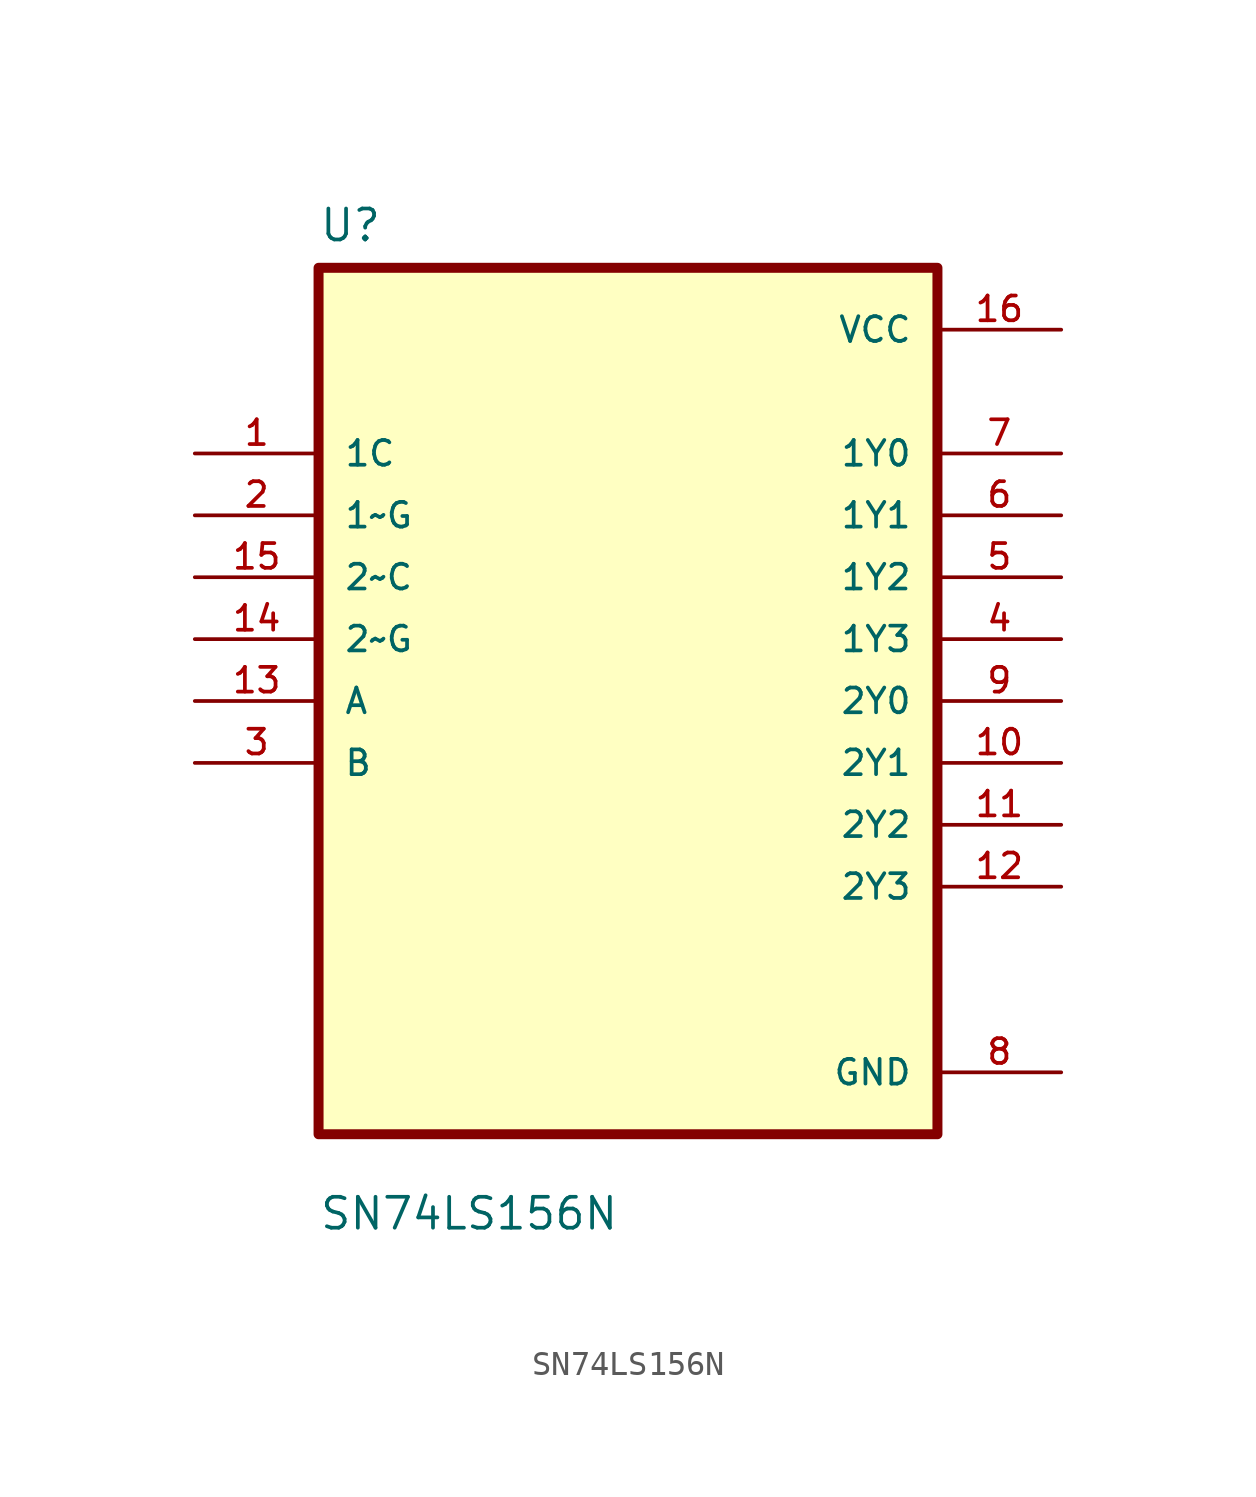
<source format=kicad_sym>
(kicad_symbol_lib
  (version 20211014)
  (generator kicad_symbol_editor)
  (symbol "SN74LS156N"
    (pin_names
      (offset 1.016))
    (property "Reference" "U"
      (at -12.7 18.78 0.0)
      (effects (font (size 1.27 1.27)) (justify bottom left)))
    (property "Value" "SN74LS156N"
      (at -12.7 -21.78 0.0)
      (effects (font (size 1.27 1.27)) (justify bottom left)))
    (symbol "SN74LS156N_0_0"
      (rectangle (start -12.7 -17.78) (end 12.7 17.78) (stroke (width 0.41)) (fill (type background)))
      (pin input line (at -17.78 10.16 0) (length 5.08) (name "1C" (effects (font (size 1.016 1.016)))) (number "1" (effects (font (size 1.016 1.016)))))
      (pin input line (at -17.78 7.62 0) (length 5.08) (name "1~G" (effects (font (size 1.016 1.016)))) (number "2" (effects (font (size 1.016 1.016)))))
      (pin input line (at -17.78 5.08 0) (length 5.08) (name "2~C" (effects (font (size 1.016 1.016)))) (number "15" (effects (font (size 1.016 1.016)))))
      (pin input line (at -17.78 2.54 0) (length 5.08) (name "2~G" (effects (font (size 1.016 1.016)))) (number "14" (effects (font (size 1.016 1.016)))))
      (pin input line (at -17.78 0.0 0) (length 5.08) (name "A" (effects (font (size 1.016 1.016)))) (number "13" (effects (font (size 1.016 1.016)))))
      (pin input line (at -17.78 -2.54 0) (length 5.08) (name "B" (effects (font (size 1.016 1.016)))) (number "3" (effects (font (size 1.016 1.016)))))
      (pin power_in line (at 17.78 15.24 180.0) (length 5.08) (name "VCC" (effects (font (size 1.016 1.016)))) (number "16" (effects (font (size 1.016 1.016)))))
      (pin output line (at 17.78 10.16 180.0) (length 5.08) (name "1Y0" (effects (font (size 1.016 1.016)))) (number "7" (effects (font (size 1.016 1.016)))))
      (pin output line (at 17.78 7.62 180.0) (length 5.08) (name "1Y1" (effects (font (size 1.016 1.016)))) (number "6" (effects (font (size 1.016 1.016)))))
      (pin output line (at 17.78 5.08 180.0) (length 5.08) (name "1Y2" (effects (font (size 1.016 1.016)))) (number "5" (effects (font (size 1.016 1.016)))))
      (pin output line (at 17.78 2.54 180.0) (length 5.08) (name "1Y3" (effects (font (size 1.016 1.016)))) (number "4" (effects (font (size 1.016 1.016)))))
      (pin output line (at 17.78 1.77636e-15 180.0) (length 5.08) (name "2Y0" (effects (font (size 1.016 1.016)))) (number "9" (effects (font (size 1.016 1.016)))))
      (pin output line (at 17.78 -2.54 180.0) (length 5.08) (name "2Y1" (effects (font (size 1.016 1.016)))) (number "10" (effects (font (size 1.016 1.016)))))
      (pin output line (at 17.78 -5.08 180.0) (length 5.08) (name "2Y2" (effects (font (size 1.016 1.016)))) (number "11" (effects (font (size 1.016 1.016)))))
      (pin output line (at 17.78 -7.62 180.0) (length 5.08) (name "2Y3" (effects (font (size 1.016 1.016)))) (number "12" (effects (font (size 1.016 1.016)))))
      (pin power_in line (at 17.78 -15.24 180.0) (length 5.08) (name "GND" (effects (font (size 1.016 1.016)))) (number "8" (effects (font (size 1.016 1.016))))))))
</source>
